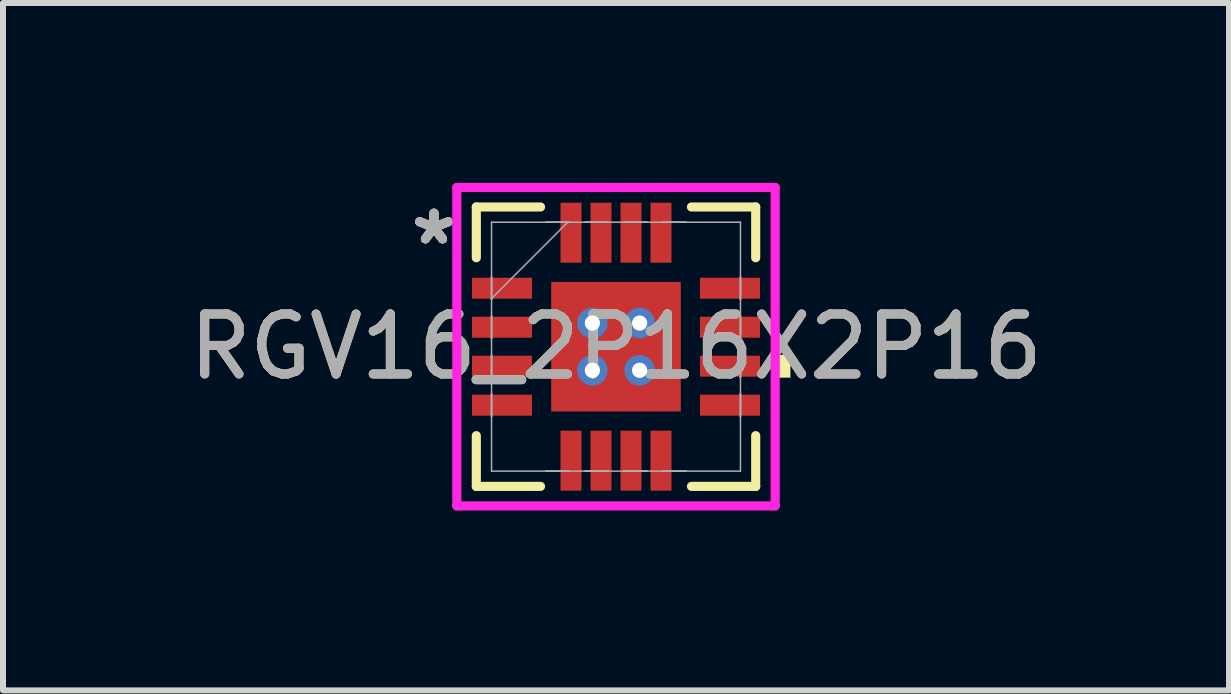
<source format=kicad_pcb>
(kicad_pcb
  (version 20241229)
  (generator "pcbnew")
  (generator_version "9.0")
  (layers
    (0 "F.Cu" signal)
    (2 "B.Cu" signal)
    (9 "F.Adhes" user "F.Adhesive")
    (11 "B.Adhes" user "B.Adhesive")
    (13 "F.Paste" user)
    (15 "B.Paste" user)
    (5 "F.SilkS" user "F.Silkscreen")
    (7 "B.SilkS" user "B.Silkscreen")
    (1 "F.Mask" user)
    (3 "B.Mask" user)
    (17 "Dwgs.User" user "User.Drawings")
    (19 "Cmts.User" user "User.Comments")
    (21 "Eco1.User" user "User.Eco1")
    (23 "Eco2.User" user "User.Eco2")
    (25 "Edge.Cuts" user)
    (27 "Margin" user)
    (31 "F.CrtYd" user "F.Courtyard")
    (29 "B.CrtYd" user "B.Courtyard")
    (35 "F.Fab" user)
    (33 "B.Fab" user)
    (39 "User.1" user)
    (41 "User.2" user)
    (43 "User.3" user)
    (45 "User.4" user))
  (footprint "RGV16_2P16X2P16"
    (layer "F.Cu")
    (at 7.22 2.73)
    (property "Reference" "RGV16_2P16X2P16" (at 0 0 0) (unlocked yes) (layer "F.SilkS") (effects (font (size 1 1) (thickness 0.15))))
    (attr smd)
    (fp_poly (pts (xy -2.47 -1.22) (xy -2.47 -0.73) (xy -1.33 -0.73) (xy -1.33 -1.22)) (stroke (width 0) (type solid)) (fill yes) (layer "F.Mask"))
    (fp_poly (pts (xy -2.47 -0.57) (xy -2.47 -0.08) (xy -1.33 -0.08) (xy -1.33 -0.57)) (stroke (width 0) (type solid)) (fill yes) (layer "F.Mask"))
    (fp_poly (pts (xy -2.47 0.08) (xy -2.47 0.57) (xy -1.33 0.57) (xy -1.33 0.08)) (stroke (width 0) (type solid)) (fill yes) (layer "F.Mask"))
    (fp_poly (pts (xy -2.47 0.73) (xy -2.47 1.22) (xy -1.33 1.22) (xy -1.33 0.73)) (stroke (width 0) (type solid)) (fill yes) (layer "F.Mask"))
    (fp_poly (pts (xy -1.143 -1.143) (xy -0.594 -1.143) (xy -0.594 1.143) (xy -1.143 1.143)) (stroke (width 0) (type solid)) (fill yes) (layer "F.Mask"))
    (fp_poly (pts (xy -1.143 -1.143) (xy 1.143 -1.143) (xy 1.143 -0.594) (xy -1.143 -0.594)) (stroke (width 0) (type solid)) (fill yes) (layer "F.Mask"))
    (fp_poly (pts (xy -1.143 -0.194) (xy 1.143 -0.194) (xy 1.143 0.194) (xy -1.143 0.194)) (stroke (width 0) (type solid)) (fill yes) (layer "F.Mask"))
    (fp_poly (pts (xy -1.143 0.594) (xy 1.143 0.594) (xy 1.143 1.143) (xy -1.143 1.143)) (stroke (width 0) (type solid)) (fill yes) (layer "F.Mask"))
    (fp_poly (pts (xy -0.995 -2.47) (xy -0.995 -1.33) (xy -0.506 -1.33) (xy -0.506 -2.47)) (stroke (width 0) (type solid)) (fill yes) (layer "F.Mask"))
    (fp_poly (pts (xy -0.995 1.33) (xy -0.995 2.47) (xy -0.506 2.47) (xy -0.506 1.33)) (stroke (width 0) (type solid)) (fill yes) (layer "F.Mask"))
    (fp_poly (pts (xy -0.495 -2.47) (xy -0.495 -1.33) (xy -0.005 -1.33) (xy -0.005 -2.47)) (stroke (width 0) (type solid)) (fill yes) (layer "F.Mask"))
    (fp_poly (pts (xy -0.495 1.33) (xy -0.495 2.47) (xy -0.005 2.47) (xy -0.005 1.33)) (stroke (width 0) (type solid)) (fill yes) (layer "F.Mask"))
    (fp_poly (pts (xy 0.005 -2.47) (xy 0.005 -1.33) (xy 0.495 -1.33) (xy 0.495 -2.47)) (stroke (width 0) (type solid)) (fill yes) (layer "F.Mask"))
    (fp_poly (pts (xy 0.005 1.33) (xy 0.005 2.47) (xy 0.495 2.47) (xy 0.495 1.33)) (stroke (width 0) (type solid)) (fill yes) (layer "F.Mask"))
    (fp_poly (pts (xy 0.194 -1.143) (xy -0.194 -1.143) (xy -0.194 1.143) (xy 0.194 1.143)) (stroke (width 0) (type solid)) (fill yes) (layer "F.Mask"))
    (fp_poly (pts (xy 0.506 -2.47) (xy 0.506 -1.33) (xy 0.995 -1.33) (xy 0.995 -2.47)) (stroke (width 0) (type solid)) (fill yes) (layer "F.Mask"))
    (fp_poly (pts (xy 0.506 1.33) (xy 0.506 2.47) (xy 0.995 2.47) (xy 0.995 1.33)) (stroke (width 0) (type solid)) (fill yes) (layer "F.Mask"))
    (fp_poly (pts (xy 0.594 -1.143) (xy 1.143 -1.143) (xy 1.143 1.143) (xy 0.594 1.143)) (stroke (width 0) (type solid)) (fill yes) (layer "F.Mask"))
    (fp_poly (pts (xy 1.33 -1.22) (xy 1.33 -0.73) (xy 2.47 -0.73) (xy 2.47 -1.22)) (stroke (width 0) (type solid)) (fill yes) (layer "F.Mask"))
    (fp_poly (pts (xy 1.33 -0.57) (xy 1.33 -0.08) (xy 2.47 -0.08) (xy 2.47 -0.57)) (stroke (width 0) (type solid)) (fill yes) (layer "F.Mask"))
    (fp_poly (pts (xy 1.33 0.08) (xy 1.33 0.57) (xy 2.47 0.57) (xy 2.47 0.08)) (stroke (width 0) (type solid)) (fill yes) (layer "F.Mask"))
    (fp_poly (pts (xy 1.33 0.73) (xy 1.33 1.22) (xy 2.47 1.22) (xy 2.47 0.73)) (stroke (width 0) (type solid)) (fill yes) (layer "F.Mask"))
    (fp_line (start -2.329 -2.329) (end -2.329 -1.483) (stroke (width 0.152) (type solid)) (layer "F.SilkS"))
    (fp_line (start -2.329 1.483) (end -2.329 2.329) (stroke (width 0.152) (type solid)) (layer "F.SilkS"))
    (fp_line (start -2.329 2.329) (end -1.258 2.329) (stroke (width 0.152) (type solid)) (layer "F.SilkS"))
    (fp_line (start -1.258 -2.329) (end -2.329 -2.329) (stroke (width 0.152) (type solid)) (layer "F.SilkS"))
    (fp_line (start 1.258 2.329) (end 2.329 2.329) (stroke (width 0.152) (type solid)) (layer "F.SilkS"))
    (fp_line (start 2.329 -2.329) (end 1.258 -2.329) (stroke (width 0.152) (type solid)) (layer "F.SilkS"))
    (fp_line (start 2.329 -1.483) (end 2.329 -2.329) (stroke (width 0.152) (type solid)) (layer "F.SilkS"))
    (fp_line (start 2.329 2.329) (end 2.329 1.483) (stroke (width 0.152) (type solid)) (layer "F.SilkS"))
    (fp_poly (pts (xy 2.908 0.135) (xy 2.908 0.516) (xy 2.654 0.516) (xy 2.654 0.135)) (stroke (width 0) (type solid)) (fill yes) (layer "F.SilkS"))
    (fp_poly (pts (xy -2.375 -1.125) (xy -2.375 -0.825) (xy -1.425 -0.825) (xy -1.425 -1.125)) (stroke (width 0) (type solid)) (fill yes) (layer "F.Paste"))
    (fp_poly (pts (xy -2.375 -0.475) (xy -2.375 -0.175) (xy -1.425 -0.175) (xy -1.425 -0.475)) (stroke (width 0) (type solid)) (fill yes) (layer "F.Paste"))
    (fp_poly (pts (xy -2.375 0.175) (xy -2.375 0.475) (xy -1.425 0.475) (xy -1.425 0.175)) (stroke (width 0) (type solid)) (fill yes) (layer "F.Paste"))
    (fp_poly (pts (xy -2.375 0.825) (xy -2.375 1.125) (xy -1.425 1.125) (xy -1.425 0.825)) (stroke (width 0) (type solid)) (fill yes) (layer "F.Paste"))
    (fp_poly (pts (xy -0.9 -2.375) (xy -0.9 -1.425) (xy -0.6 -1.425) (xy -0.6 -2.375)) (stroke (width 0) (type solid)) (fill yes) (layer "F.Paste"))
    (fp_poly (pts (xy -0.9 1.425) (xy -0.9 2.375) (xy -0.6 2.375) (xy -0.6 1.425)) (stroke (width 0) (type solid)) (fill yes) (layer "F.Paste"))
    (fp_poly (pts (xy -0.4 -2.375) (xy -0.4 -1.425) (xy -0.1 -1.425) (xy -0.1 -2.375)) (stroke (width 0) (type solid)) (fill yes) (layer "F.Paste"))
    (fp_poly (pts (xy -0.4 1.425) (xy -0.4 2.375) (xy -0.1 2.375) (xy -0.1 1.425)) (stroke (width 0) (type solid)) (fill yes) (layer "F.Paste"))
    (fp_poly (pts (xy 0.1 -2.375) (xy 0.1 -1.425) (xy 0.4 -1.425) (xy 0.4 -2.375)) (stroke (width 0) (type solid)) (fill yes) (layer "F.Paste"))
    (fp_poly (pts (xy 0.1 1.425) (xy 0.1 2.375) (xy 0.4 2.375) (xy 0.4 1.425)) (stroke (width 0) (type solid)) (fill yes) (layer "F.Paste"))
    (fp_poly (pts (xy 0.6 -2.375) (xy 0.6 -1.425) (xy 0.9 -1.425) (xy 0.9 -2.375)) (stroke (width 0) (type solid)) (fill yes) (layer "F.Paste"))
    (fp_poly (pts (xy 0.6 1.425) (xy 0.6 2.375) (xy 0.9 2.375) (xy 0.9 1.425)) (stroke (width 0) (type solid)) (fill yes) (layer "F.Paste"))
    (fp_poly (pts (xy 1.425 -1.125) (xy 1.425 -0.825) (xy 2.375 -0.825) (xy 2.375 -1.125)) (stroke (width 0) (type solid)) (fill yes) (layer "F.Paste"))
    (fp_poly (pts (xy 1.425 -0.475) (xy 1.425 -0.175) (xy 2.375 -0.175) (xy 2.375 -0.475)) (stroke (width 0) (type solid)) (fill yes) (layer "F.Paste"))
    (fp_poly (pts (xy 1.425 0.175) (xy 1.425 0.475) (xy 2.375 0.475) (xy 2.375 0.175)) (stroke (width 0) (type solid)) (fill yes) (layer "F.Paste"))
    (fp_poly (pts (xy 1.425 0.825) (xy 1.425 1.125) (xy 2.375 1.125) (xy 2.375 0.825)) (stroke (width 0) (type solid)) (fill yes) (layer "F.Paste"))
    (fp_poly (pts (xy -1.005 -1.005) (xy -1.005 -0.494) (xy -0.635 -0.494) (xy -0.494 -0.635) (xy -0.494 -1.005)) (stroke (width 0) (type solid)) (fill yes) (layer "F.Paste"))
    (fp_poly (pts (xy -1.005 0.494) (xy -1.005 1.005) (xy -0.494 1.005) (xy -0.494 0.635) (xy -0.635 0.494)) (stroke (width 0) (type solid)) (fill yes) (layer "F.Paste"))
    (fp_poly (pts (xy 0.494 -1.005) (xy 0.494 -0.635) (xy 0.635 -0.494) (xy 1.005 -0.494) (xy 1.005 -1.005)) (stroke (width 0) (type solid)) (fill yes) (layer "F.Paste"))
    (fp_poly (pts (xy 0.635 0.494) (xy 0.494 0.635) (xy 0.494 1.005) (xy 1.005 1.005) (xy 1.005 0.494)) (stroke (width 0) (type solid)) (fill yes) (layer "F.Paste"))
    (fp_poly (pts (xy -1.005 -0.294) (xy -1.005 0.294) (xy -0.635 0.294) (xy -0.494 0.152) (xy -0.494 -0.152) (xy -0.635 -0.294)) (stroke (width 0) (type solid)) (fill yes) (layer "F.Paste"))
    (fp_poly (pts (xy -0.294 -1.005) (xy -0.294 -0.635) (xy -0.152 -0.494) (xy 0.152 -0.494) (xy 0.294 -0.635) (xy 0.294 -1.005)) (stroke (width 0) (type solid)) (fill yes) (layer "F.Paste"))
    (fp_poly (pts (xy -0.152 0.494) (xy -0.294 0.635) (xy -0.294 1.005) (xy 0.294 1.005) (xy 0.294 0.635) (xy 0.152 0.494)) (stroke (width 0) (type solid)) (fill yes) (layer "F.Paste"))
    (fp_poly (pts (xy 0.635 -0.294) (xy 0.494 -0.152) (xy 0.494 0.152) (xy 0.635 0.294) (xy 1.005 0.294) (xy 1.005 -0.294)) (stroke (width 0) (type solid)) (fill yes) (layer "F.Paste"))
    (fp_poly (pts (xy -0.152 -0.294) (xy -0.294 -0.152) (xy -0.294 0.152) (xy -0.152 0.294) (xy 0.152 0.294) (xy 0.294 0.152) (xy 0.294 -0.152) (xy 0.152 -0.294)) (stroke (width 0) (type solid)) (fill yes) (layer "F.Paste"))
    (fp_line (start -2.654 -2.654) (end 2.654 -2.654) (stroke (width 0.152) (type solid)) (layer "F.CrtYd"))
    (fp_line (start -2.654 2.654) (end -2.654 -2.654) (stroke (width 0.152) (type solid)) (layer "F.CrtYd"))
    (fp_line (start 2.654 -2.654) (end 2.654 2.654) (stroke (width 0.152) (type solid)) (layer "F.CrtYd"))
    (fp_line (start 2.654 2.654) (end -2.654 2.654) (stroke (width 0.152) (type solid)) (layer "F.CrtYd"))
    (fp_line (start -2.075 -2.075) (end -2.075 2.075) (stroke (width 0.025) (type solid)) (layer "F.Fab"))
    (fp_line (start -2.075 -1.165) (end -2.075 -1.165) (stroke (width 0.025) (type solid)) (layer "F.Fab"))
    (fp_line (start -2.075 -1.165) (end -2.075 -0.785) (stroke (width 0.025) (type solid)) (layer "F.Fab"))
    (fp_line (start -2.075 -0.805) (end -0.805 -2.075) (stroke (width 0.025) (type solid)) (layer "F.Fab"))
    (fp_line (start -2.075 -0.785) (end -2.075 -1.165) (stroke (width 0.025) (type solid)) (layer "F.Fab"))
    (fp_line (start -2.075 -0.785) (end -2.075 -0.785) (stroke (width 0.025) (type solid)) (layer "F.Fab"))
    (fp_line (start -2.075 -0.515) (end -2.075 -0.515) (stroke (width 0.025) (type solid)) (layer "F.Fab"))
    (fp_line (start -2.075 -0.515) (end -2.075 -0.135) (stroke (width 0.025) (type solid)) (layer "F.Fab"))
    (fp_line (start -2.075 -0.135) (end -2.075 -0.515) (stroke (width 0.025) (type solid)) (layer "F.Fab"))
    (fp_line (start -2.075 -0.135) (end -2.075 -0.135) (stroke (width 0.025) (type solid)) (layer "F.Fab"))
    (fp_line (start -2.075 0.135) (end -2.075 0.135) (stroke (width 0.025) (type solid)) (layer "F.Fab"))
    (fp_line (start -2.075 0.135) (end -2.075 0.515) (stroke (width 0.025) (type solid)) (layer "F.Fab"))
    (fp_line (start -2.075 0.515) (end -2.075 0.135) (stroke (width 0.025) (type solid)) (layer "F.Fab"))
    (fp_line (start -2.075 0.515) (end -2.075 0.515) (stroke (width 0.025) (type solid)) (layer "F.Fab"))
    (fp_line (start -2.075 0.785) (end -2.075 0.785) (stroke (width 0.025) (type solid)) (layer "F.Fab"))
    (fp_line (start -2.075 0.785) (end -2.075 1.165) (stroke (width 0.025) (type solid)) (layer "F.Fab"))
    (fp_line (start -2.075 1.165) (end -2.075 0.785) (stroke (width 0.025) (type solid)) (layer "F.Fab"))
    (fp_line (start -2.075 1.165) (end -2.075 1.165) (stroke (width 0.025) (type solid)) (layer "F.Fab"))
    (fp_line (start -2.075 2.075) (end 2.075 2.075) (stroke (width 0.025) (type solid)) (layer "F.Fab"))
    (fp_line (start -1.165 -2.075) (end -1.165 -2.075) (stroke (width 0.025) (type solid)) (layer "F.Fab"))
    (fp_line (start -1.165 -2.075) (end -0.785 -2.075) (stroke (width 0.025) (type solid)) (layer "F.Fab"))
    (fp_line (start -1.165 2.075) (end -1.165 2.075) (stroke (width 0.025) (type solid)) (layer "F.Fab"))
    (fp_line (start -1.165 2.075) (end -0.785 2.075) (stroke (width 0.025) (type solid)) (layer "F.Fab"))
    (fp_line (start -0.785 -2.075) (end -1.165 -2.075) (stroke (width 0.025) (type solid)) (layer "F.Fab"))
    (fp_line (start -0.785 -2.075) (end -0.785 -2.075) (stroke (width 0.025) (type solid)) (layer "F.Fab"))
    (fp_line (start -0.785 2.075) (end -1.165 2.075) (stroke (width 0.025) (type solid)) (layer "F.Fab"))
    (fp_line (start -0.785 2.075) (end -0.785 2.075) (stroke (width 0.025) (type solid)) (layer "F.Fab"))
    (fp_line (start -0.515 -2.075) (end -0.515 -2.075) (stroke (width 0.025) (type solid)) (layer "F.Fab"))
    (fp_line (start -0.515 -2.075) (end -0.135 -2.075) (stroke (width 0.025) (type solid)) (layer "F.Fab"))
    (fp_line (start -0.515 2.075) (end -0.515 2.075) (stroke (width 0.025) (type solid)) (layer "F.Fab"))
    (fp_line (start -0.515 2.075) (end -0.135 2.075) (stroke (width 0.025) (type solid)) (layer "F.Fab"))
    (fp_line (start -0.135 -2.075) (end -0.515 -2.075) (stroke (width 0.025) (type solid)) (layer "F.Fab"))
    (fp_line (start -0.135 -2.075) (end -0.135 -2.075) (stroke (width 0.025) (type solid)) (layer "F.Fab"))
    (fp_line (start -0.135 2.075) (end -0.515 2.075) (stroke (width 0.025) (type solid)) (layer "F.Fab"))
    (fp_line (start -0.135 2.075) (end -0.135 2.075) (stroke (width 0.025) (type solid)) (layer "F.Fab"))
    (fp_line (start 0.135 -2.075) (end 0.135 -2.075) (stroke (width 0.025) (type solid)) (layer "F.Fab"))
    (fp_line (start 0.135 -2.075) (end 0.515 -2.075) (stroke (width 0.025) (type solid)) (layer "F.Fab"))
    (fp_line (start 0.135 2.075) (end 0.135 2.075) (stroke (width 0.025) (type solid)) (layer "F.Fab"))
    (fp_line (start 0.135 2.075) (end 0.515 2.075) (stroke (width 0.025) (type solid)) (layer "F.Fab"))
    (fp_line (start 0.515 -2.075) (end 0.135 -2.075) (stroke (width 0.025) (type solid)) (layer "F.Fab"))
    (fp_line (start 0.515 -2.075) (end 0.515 -2.075) (stroke (width 0.025) (type solid)) (layer "F.Fab"))
    (fp_line (start 0.515 2.075) (end 0.135 2.075) (stroke (width 0.025) (type solid)) (layer "F.Fab"))
    (fp_line (start 0.515 2.075) (end 0.515 2.075) (stroke (width 0.025) (type solid)) (layer "F.Fab"))
    (fp_line (start 0.785 -2.075) (end 0.785 -2.075) (stroke (width 0.025) (type solid)) (layer "F.Fab"))
    (fp_line (start 0.785 -2.075) (end 1.165 -2.075) (stroke (width 0.025) (type solid)) (layer "F.Fab"))
    (fp_line (start 0.785 2.075) (end 0.785 2.075) (stroke (width 0.025) (type solid)) (layer "F.Fab"))
    (fp_line (start 0.785 2.075) (end 1.165 2.075) (stroke (width 0.025) (type solid)) (layer "F.Fab"))
    (fp_line (start 1.165 -2.075) (end 0.785 -2.075) (stroke (width 0.025) (type solid)) (layer "F.Fab"))
    (fp_line (start 1.165 -2.075) (end 1.165 -2.075) (stroke (width 0.025) (type solid)) (layer "F.Fab"))
    (fp_line (start 1.165 2.075) (end 0.785 2.075) (stroke (width 0.025) (type solid)) (layer "F.Fab"))
    (fp_line (start 1.165 2.075) (end 1.165 2.075) (stroke (width 0.025) (type solid)) (layer "F.Fab"))
    (fp_line (start 2.075 -2.075) (end -2.075 -2.075) (stroke (width 0.025) (type solid)) (layer "F.Fab"))
    (fp_line (start 2.075 -1.165) (end 2.075 -1.165) (stroke (width 0.025) (type solid)) (layer "F.Fab"))
    (fp_line (start 2.075 -1.165) (end 2.075 -0.785) (stroke (width 0.025) (type solid)) (layer "F.Fab"))
    (fp_line (start 2.075 -0.785) (end 2.075 -1.165) (stroke (width 0.025) (type solid)) (layer "F.Fab"))
    (fp_line (start 2.075 -0.785) (end 2.075 -0.785) (stroke (width 0.025) (type solid)) (layer "F.Fab"))
    (fp_line (start 2.075 -0.515) (end 2.075 -0.515) (stroke (width 0.025) (type solid)) (layer "F.Fab"))
    (fp_line (start 2.075 -0.515) (end 2.075 -0.135) (stroke (width 0.025) (type solid)) (layer "F.Fab"))
    (fp_line (start 2.075 -0.135) (end 2.075 -0.515) (stroke (width 0.025) (type solid)) (layer "F.Fab"))
    (fp_line (start 2.075 -0.135) (end 2.075 -0.135) (stroke (width 0.025) (type solid)) (layer "F.Fab"))
    (fp_line (start 2.075 0.135) (end 2.075 0.135) (stroke (width 0.025) (type solid)) (layer "F.Fab"))
    (fp_line (start 2.075 0.135) (end 2.075 0.515) (stroke (width 0.025) (type solid)) (layer "F.Fab"))
    (fp_line (start 2.075 0.515) (end 2.075 0.135) (stroke (width 0.025) (type solid)) (layer "F.Fab"))
    (fp_line (start 2.075 0.515) (end 2.075 0.515) (stroke (width 0.025) (type solid)) (layer "F.Fab"))
    (fp_line (start 2.075 0.785) (end 2.075 0.785) (stroke (width 0.025) (type solid)) (layer "F.Fab"))
    (fp_line (start 2.075 0.785) (end 2.075 1.165) (stroke (width 0.025) (type solid)) (layer "F.Fab"))
    (fp_line (start 2.075 1.165) (end 2.075 0.785) (stroke (width 0.025) (type solid)) (layer "F.Fab"))
    (fp_line (start 2.075 1.165) (end 2.075 1.165) (stroke (width 0.025) (type solid)) (layer "F.Fab"))
    (fp_line (start 2.075 2.075) (end 2.075 -2.075) (stroke (width 0.025) (type solid)) (layer "F.Fab"))
    (fp_text user "*" (at -3.035 -1.681 0) (unlocked yes) (layer "F.SilkS") (effects (font (size 1 1) (thickness 0.15))))
    (fp_text user "*" (at -3.035 -1.681 0) (layer "F.SilkS") (effects (font (size 1 1) (thickness 0.15))))
    (fp_text user "*" (at -3.035 -1.681 0) (layer "F.Fab") (effects (font (size 1 1) (thickness 0.15))))
    (fp_text user "*" (at -3.035 -1.681 0) (unlocked yes) (layer "F.Fab") (effects (font (size 1 1) (thickness 0.15))))
    (fp_text user "${REFERENCE}" (at 0 0 0) (unlocked yes) (layer "F.Fab") (effects (font (size 1 1) (thickness 0.15))))
    (pad "1" smd rect (at -1.9 -0.975 90) (size 0.35 1) (layers "F.Cu" "F.Mask"))
    (pad "2" smd rect (at -1.9 -0.325 90) (size 0.35 1) (layers "F.Cu" "F.Mask"))
    (pad "3" smd rect (at -1.9 0.325 90) (size 0.35 1) (layers "F.Cu" "F.Mask"))
    (pad "4" smd rect (at -1.9 0.975 90) (size 0.35 1) (layers "F.Cu" "F.Mask"))
    (pad "5" smd rect (at -0.75 1.9) (size 0.35 1) (layers "F.Cu" "F.Mask"))
    (pad "6" smd rect (at -0.25 1.9) (size 0.35 1) (layers "F.Cu" "F.Mask"))
    (pad "7" smd rect (at 0.25 1.9) (size 0.35 1) (layers "F.Cu" "F.Mask"))
    (pad "8" smd rect (at 0.75 1.9) (size 0.35 1) (layers "F.Cu" "F.Mask"))
    (pad "9" smd rect (at 1.9 0.975 90) (size 0.35 1) (layers "F.Cu" "F.Mask"))
    (pad "10" smd rect (at 1.9 0.325 90) (size 0.35 1) (layers "F.Cu" "F.Mask"))
    (pad "11" smd rect (at 1.9 -0.325 90) (size 0.35 1) (layers "F.Cu" "F.Mask"))
    (pad "12" smd rect (at 1.9 -0.975 90) (size 0.35 1) (layers "F.Cu" "F.Mask"))
    (pad "13" smd rect (at 0.75 -1.9) (size 0.35 1) (layers "F.Cu" "F.Mask"))
    (pad "14" smd rect (at 0.25 -1.9) (size 0.35 1) (layers "F.Cu" "F.Mask"))
    (pad "15" smd rect (at -0.25 -1.9) (size 0.35 1) (layers "F.Cu" "F.Mask"))
    (pad "16" smd rect (at -0.75 -1.9) (size 0.35 1) (layers "F.Cu" "F.Mask"))
    (pad "17" smd rect (at 0 0) (size 2.16 2.16) (layers "F.Cu"))
    (pad "V" thru_hole circle (at -0.394 -0.394) (size 0.508 0.508) (drill 0.254) (layers "*.Cu" "*.Mask"))
    (pad "V" thru_hole circle (at -0.394 0.394) (size 0.508 0.508) (drill 0.254) (layers "*.Cu" "*.Mask"))
    (pad "V" thru_hole circle (at 0.394 -0.394) (size 0.508 0.508) (drill 0.254) (layers "*.Cu" "*.Mask"))
    (pad "V" thru_hole circle (at 0.394 0.394) (size 0.508 0.508) (drill 0.254) (layers "*.Cu" "*.Mask")))
  (gr_rect
    (start -3 -3)
    (end 17.44 8.46)
    (stroke (width 0.1) (type default))
    (fill no)
    (layer "Edge.Cuts")))
</source>
